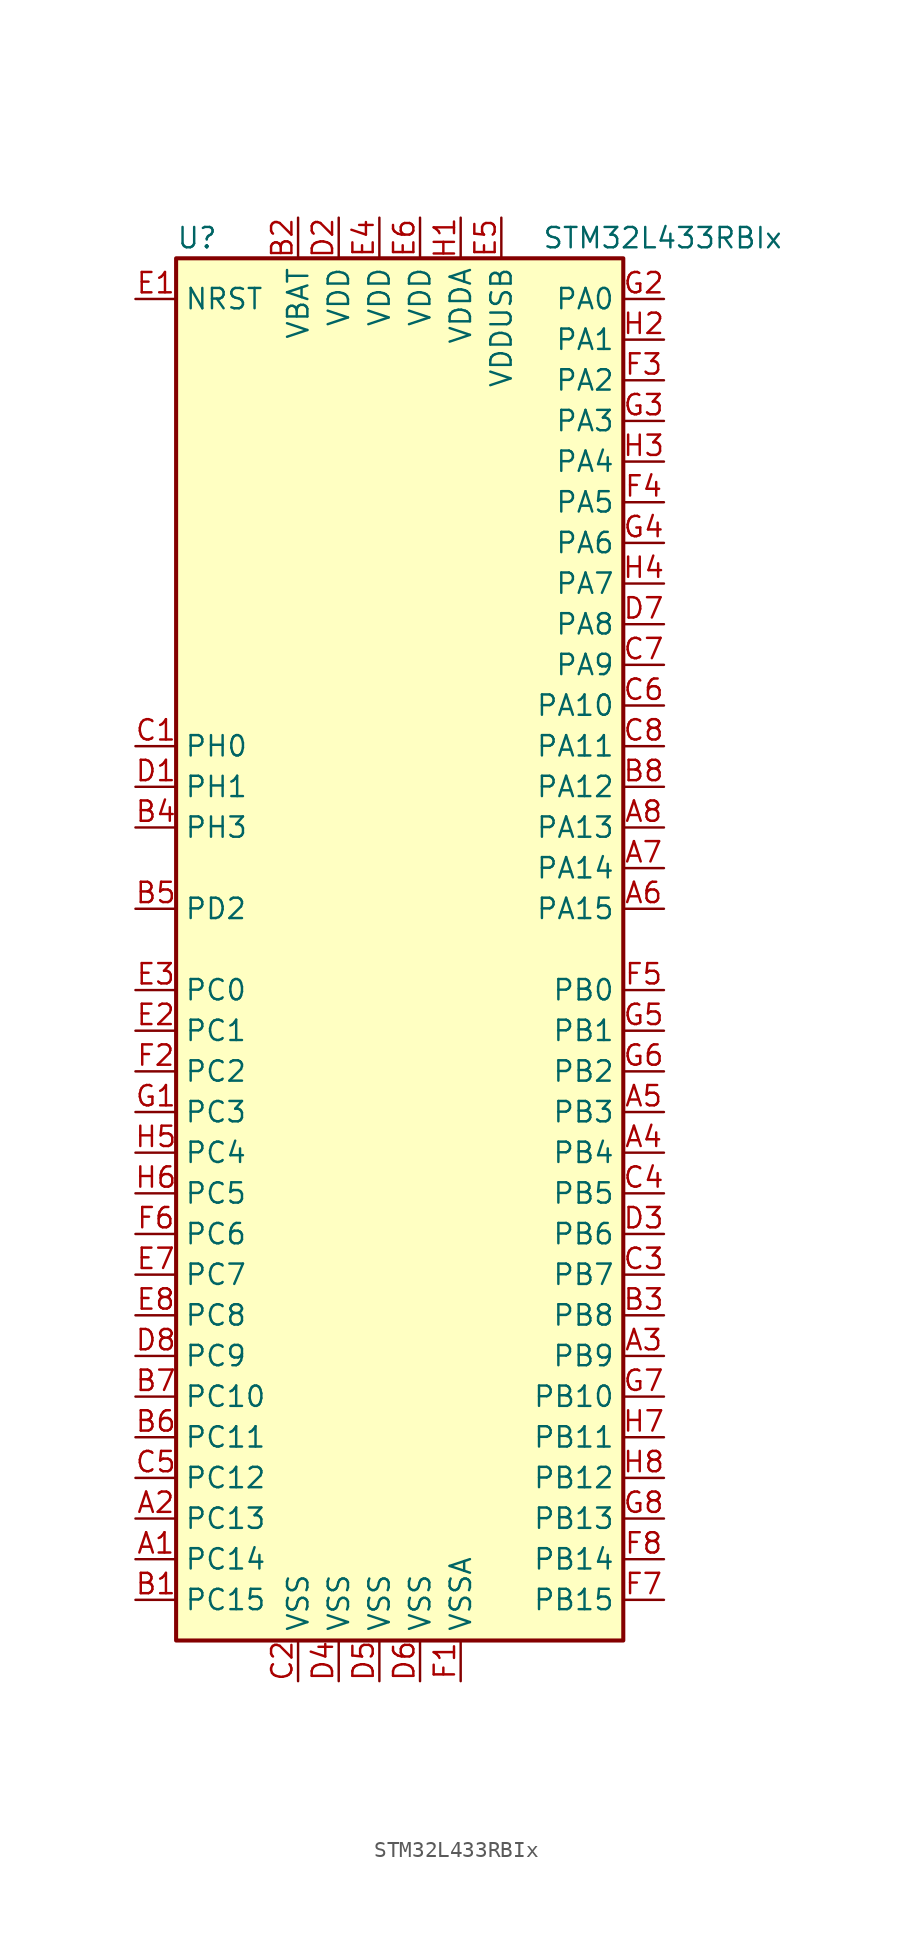
<source format=kicad_sym>
(kicad_symbol_lib
  (version 20220914)
  (generator kicad_symbol_editor)
  (symbol "STM32L433RBIx"
    (property "Reference" "U"
      (at -15.24 44.45 0)
      (effects (font (size 1.27 1.27)) (justify left)))
    (property "Value" "STM32L433RBIx"
      (at 7.62 44.45 0)
      (effects (font (size 1.27 1.27)) (justify left)))
    (symbol "STM32L433RBIx_0_1"
      (rectangle (start -15.24 -43.18) (end 12.7 43.18) (stroke (width 0.254) (type default)) (fill (type background))))
    (symbol "STM32L433RBIx_1_1"
      (pin bidirectional line (at -17.78 -38.1 0) (length 2.54) (name "PC14" (effects (font (size 1.27 1.27)))) (number "A1" (effects (font (size 1.27 1.27)))))
      (pin bidirectional line (at -17.78 -35.56 0) (length 2.54) (name "PC13" (effects (font (size 1.27 1.27)))) (number "A2" (effects (font (size 1.27 1.27)))))
      (pin bidirectional line (at 15.24 -25.4 180) (length 2.54) (name "PB9" (effects (font (size 1.27 1.27)))) (number "A3" (effects (font (size 1.27 1.27)))))
      (pin bidirectional line (at 15.24 -12.7 180) (length 2.54) (name "PB4" (effects (font (size 1.27 1.27)))) (number "A4" (effects (font (size 1.27 1.27)))))
      (pin bidirectional line (at 15.24 -10.16 180) (length 2.54) (name "PB3" (effects (font (size 1.27 1.27)))) (number "A5" (effects (font (size 1.27 1.27)))))
      (pin bidirectional line (at 15.24 2.54 180) (length 2.54) (name "PA15" (effects (font (size 1.27 1.27)))) (number "A6" (effects (font (size 1.27 1.27)))))
      (pin bidirectional line (at 15.24 5.08 180) (length 2.54) (name "PA14" (effects (font (size 1.27 1.27)))) (number "A7" (effects (font (size 1.27 1.27)))))
      (pin bidirectional line (at 15.24 7.62 180) (length 2.54) (name "PA13" (effects (font (size 1.27 1.27)))) (number "A8" (effects (font (size 1.27 1.27)))))
      (pin bidirectional line (at -17.78 -40.64 0) (length 2.54) (name "PC15" (effects (font (size 1.27 1.27)))) (number "B1" (effects (font (size 1.27 1.27)))))
      (pin power_in line (at -7.62 45.72 270) (length 2.54) (name "VBAT" (effects (font (size 1.27 1.27)))) (number "B2" (effects (font (size 1.27 1.27)))))
      (pin bidirectional line (at 15.24 -22.86 180) (length 2.54) (name "PB8" (effects (font (size 1.27 1.27)))) (number "B3" (effects (font (size 1.27 1.27)))))
      (pin bidirectional line (at -17.78 7.62 0) (length 2.54) (name "PH3" (effects (font (size 1.27 1.27)))) (number "B4" (effects (font (size 1.27 1.27)))))
      (pin bidirectional line (at -17.78 2.54 0) (length 2.54) (name "PD2" (effects (font (size 1.27 1.27)))) (number "B5" (effects (font (size 1.27 1.27)))))
      (pin bidirectional line (at -17.78 -30.48 0) (length 2.54) (name "PC11" (effects (font (size 1.27 1.27)))) (number "B6" (effects (font (size 1.27 1.27)))))
      (pin bidirectional line (at -17.78 -27.94 0) (length 2.54) (name "PC10" (effects (font (size 1.27 1.27)))) (number "B7" (effects (font (size 1.27 1.27)))))
      (pin bidirectional line (at 15.24 10.16 180) (length 2.54) (name "PA12" (effects (font (size 1.27 1.27)))) (number "B8" (effects (font (size 1.27 1.27)))))
      (pin input line (at -17.78 12.7 0) (length 2.54) (name "PH0" (effects (font (size 1.27 1.27)))) (number "C1" (effects (font (size 1.27 1.27)))))
      (pin power_in line (at -7.62 -45.72 90) (length 2.54) (name "VSS" (effects (font (size 1.27 1.27)))) (number "C2" (effects (font (size 1.27 1.27)))))
      (pin bidirectional line (at 15.24 -20.32 180) (length 2.54) (name "PB7" (effects (font (size 1.27 1.27)))) (number "C3" (effects (font (size 1.27 1.27)))))
      (pin bidirectional line (at 15.24 -15.24 180) (length 2.54) (name "PB5" (effects (font (size 1.27 1.27)))) (number "C4" (effects (font (size 1.27 1.27)))))
      (pin bidirectional line (at -17.78 -33.02 0) (length 2.54) (name "PC12" (effects (font (size 1.27 1.27)))) (number "C5" (effects (font (size 1.27 1.27)))))
      (pin bidirectional line (at 15.24 15.24 180) (length 2.54) (name "PA10" (effects (font (size 1.27 1.27)))) (number "C6" (effects (font (size 1.27 1.27)))))
      (pin bidirectional line (at 15.24 17.78 180) (length 2.54) (name "PA9" (effects (font (size 1.27 1.27)))) (number "C7" (effects (font (size 1.27 1.27)))))
      (pin bidirectional line (at 15.24 12.7 180) (length 2.54) (name "PA11" (effects (font (size 1.27 1.27)))) (number "C8" (effects (font (size 1.27 1.27)))))
      (pin input line (at -17.78 10.16 0) (length 2.54) (name "PH1" (effects (font (size 1.27 1.27)))) (number "D1" (effects (font (size 1.27 1.27)))))
      (pin power_in line (at -5.08 45.72 270) (length 2.54) (name "VDD" (effects (font (size 1.27 1.27)))) (number "D2" (effects (font (size 1.27 1.27)))))
      (pin bidirectional line (at 15.24 -17.78 180) (length 2.54) (name "PB6" (effects (font (size 1.27 1.27)))) (number "D3" (effects (font (size 1.27 1.27)))))
      (pin power_in line (at -5.08 -45.72 90) (length 2.54) (name "VSS" (effects (font (size 1.27 1.27)))) (number "D4" (effects (font (size 1.27 1.27)))))
      (pin power_in line (at -2.54 -45.72 90) (length 2.54) (name "VSS" (effects (font (size 1.27 1.27)))) (number "D5" (effects (font (size 1.27 1.27)))))
      (pin power_in line (at 0 -45.72 90) (length 2.54) (name "VSS" (effects (font (size 1.27 1.27)))) (number "D6" (effects (font (size 1.27 1.27)))))
      (pin bidirectional line (at 15.24 20.32 180) (length 2.54) (name "PA8" (effects (font (size 1.27 1.27)))) (number "D7" (effects (font (size 1.27 1.27)))))
      (pin bidirectional line (at -17.78 -25.4 0) (length 2.54) (name "PC9" (effects (font (size 1.27 1.27)))) (number "D8" (effects (font (size 1.27 1.27)))))
      (pin input line (at -17.78 40.64 0) (length 2.54) (name "NRST" (effects (font (size 1.27 1.27)))) (number "E1" (effects (font (size 1.27 1.27)))))
      (pin bidirectional line (at -17.78 -5.08 0) (length 2.54) (name "PC1" (effects (font (size 1.27 1.27)))) (number "E2" (effects (font (size 1.27 1.27)))))
      (pin bidirectional line (at -17.78 -2.54 0) (length 2.54) (name "PC0" (effects (font (size 1.27 1.27)))) (number "E3" (effects (font (size 1.27 1.27)))))
      (pin power_in line (at -2.54 45.72 270) (length 2.54) (name "VDD" (effects (font (size 1.27 1.27)))) (number "E4" (effects (font (size 1.27 1.27)))))
      (pin power_in line (at 5.08 45.72 270) (length 2.54) (name "VDDUSB" (effects (font (size 1.27 1.27)))) (number "E5" (effects (font (size 1.27 1.27)))))
      (pin power_in line (at 0 45.72 270) (length 2.54) (name "VDD" (effects (font (size 1.27 1.27)))) (number "E6" (effects (font (size 1.27 1.27)))))
      (pin bidirectional line (at -17.78 -20.32 0) (length 2.54) (name "PC7" (effects (font (size 1.27 1.27)))) (number "E7" (effects (font (size 1.27 1.27)))))
      (pin bidirectional line (at -17.78 -22.86 0) (length 2.54) (name "PC8" (effects (font (size 1.27 1.27)))) (number "E8" (effects (font (size 1.27 1.27)))))
      (pin power_in line (at 2.54 -45.72 90) (length 2.54) (name "VSSA" (effects (font (size 1.27 1.27)))) (number "F1" (effects (font (size 1.27 1.27)))))
      (pin bidirectional line (at -17.78 -7.62 0) (length 2.54) (name "PC2" (effects (font (size 1.27 1.27)))) (number "F2" (effects (font (size 1.27 1.27)))))
      (pin bidirectional line (at 15.24 35.56 180) (length 2.54) (name "PA2" (effects (font (size 1.27 1.27)))) (number "F3" (effects (font (size 1.27 1.27)))))
      (pin bidirectional line (at 15.24 27.94 180) (length 2.54) (name "PA5" (effects (font (size 1.27 1.27)))) (number "F4" (effects (font (size 1.27 1.27)))))
      (pin bidirectional line (at 15.24 -2.54 180) (length 2.54) (name "PB0" (effects (font (size 1.27 1.27)))) (number "F5" (effects (font (size 1.27 1.27)))))
      (pin bidirectional line (at -17.78 -17.78 0) (length 2.54) (name "PC6" (effects (font (size 1.27 1.27)))) (number "F6" (effects (font (size 1.27 1.27)))))
      (pin bidirectional line (at 15.24 -40.64 180) (length 2.54) (name "PB15" (effects (font (size 1.27 1.27)))) (number "F7" (effects (font (size 1.27 1.27)))))
      (pin bidirectional line (at 15.24 -38.1 180) (length 2.54) (name "PB14" (effects (font (size 1.27 1.27)))) (number "F8" (effects (font (size 1.27 1.27)))))
      (pin bidirectional line (at -17.78 -10.16 0) (length 2.54) (name "PC3" (effects (font (size 1.27 1.27)))) (number "G1" (effects (font (size 1.27 1.27)))))
      (pin bidirectional line (at 15.24 40.64 180) (length 2.54) (name "PA0" (effects (font (size 1.27 1.27)))) (number "G2" (effects (font (size 1.27 1.27)))))
      (pin bidirectional line (at 15.24 33.02 180) (length 2.54) (name "PA3" (effects (font (size 1.27 1.27)))) (number "G3" (effects (font (size 1.27 1.27)))))
      (pin bidirectional line (at 15.24 25.4 180) (length 2.54) (name "PA6" (effects (font (size 1.27 1.27)))) (number "G4" (effects (font (size 1.27 1.27)))))
      (pin bidirectional line (at 15.24 -5.08 180) (length 2.54) (name "PB1" (effects (font (size 1.27 1.27)))) (number "G5" (effects (font (size 1.27 1.27)))))
      (pin bidirectional line (at 15.24 -7.62 180) (length 2.54) (name "PB2" (effects (font (size 1.27 1.27)))) (number "G6" (effects (font (size 1.27 1.27)))))
      (pin bidirectional line (at 15.24 -27.94 180) (length 2.54) (name "PB10" (effects (font (size 1.27 1.27)))) (number "G7" (effects (font (size 1.27 1.27)))))
      (pin bidirectional line (at 15.24 -35.56 180) (length 2.54) (name "PB13" (effects (font (size 1.27 1.27)))) (number "G8" (effects (font (size 1.27 1.27)))))
      (pin power_in line (at 2.54 45.72 270) (length 2.54) (name "VDDA" (effects (font (size 1.27 1.27)))) (number "H1" (effects (font (size 1.27 1.27)))))
      (pin bidirectional line (at 15.24 38.1 180) (length 2.54) (name "PA1" (effects (font (size 1.27 1.27)))) (number "H2" (effects (font (size 1.27 1.27)))))
      (pin bidirectional line (at 15.24 30.48 180) (length 2.54) (name "PA4" (effects (font (size 1.27 1.27)))) (number "H3" (effects (font (size 1.27 1.27)))))
      (pin bidirectional line (at 15.24 22.86 180) (length 2.54) (name "PA7" (effects (font (size 1.27 1.27)))) (number "H4" (effects (font (size 1.27 1.27)))))
      (pin bidirectional line (at -17.78 -12.7 0) (length 2.54) (name "PC4" (effects (font (size 1.27 1.27)))) (number "H5" (effects (font (size 1.27 1.27)))))
      (pin bidirectional line (at -17.78 -15.24 0) (length 2.54) (name "PC5" (effects (font (size 1.27 1.27)))) (number "H6" (effects (font (size 1.27 1.27)))))
      (pin bidirectional line (at 15.24 -30.48 180) (length 2.54) (name "PB11" (effects (font (size 1.27 1.27)))) (number "H7" (effects (font (size 1.27 1.27)))))
      (pin bidirectional line (at 15.24 -33.02 180) (length 2.54) (name "PB12" (effects (font (size 1.27 1.27)))) (number "H8" (effects (font (size 1.27 1.27))))))))
</source>
